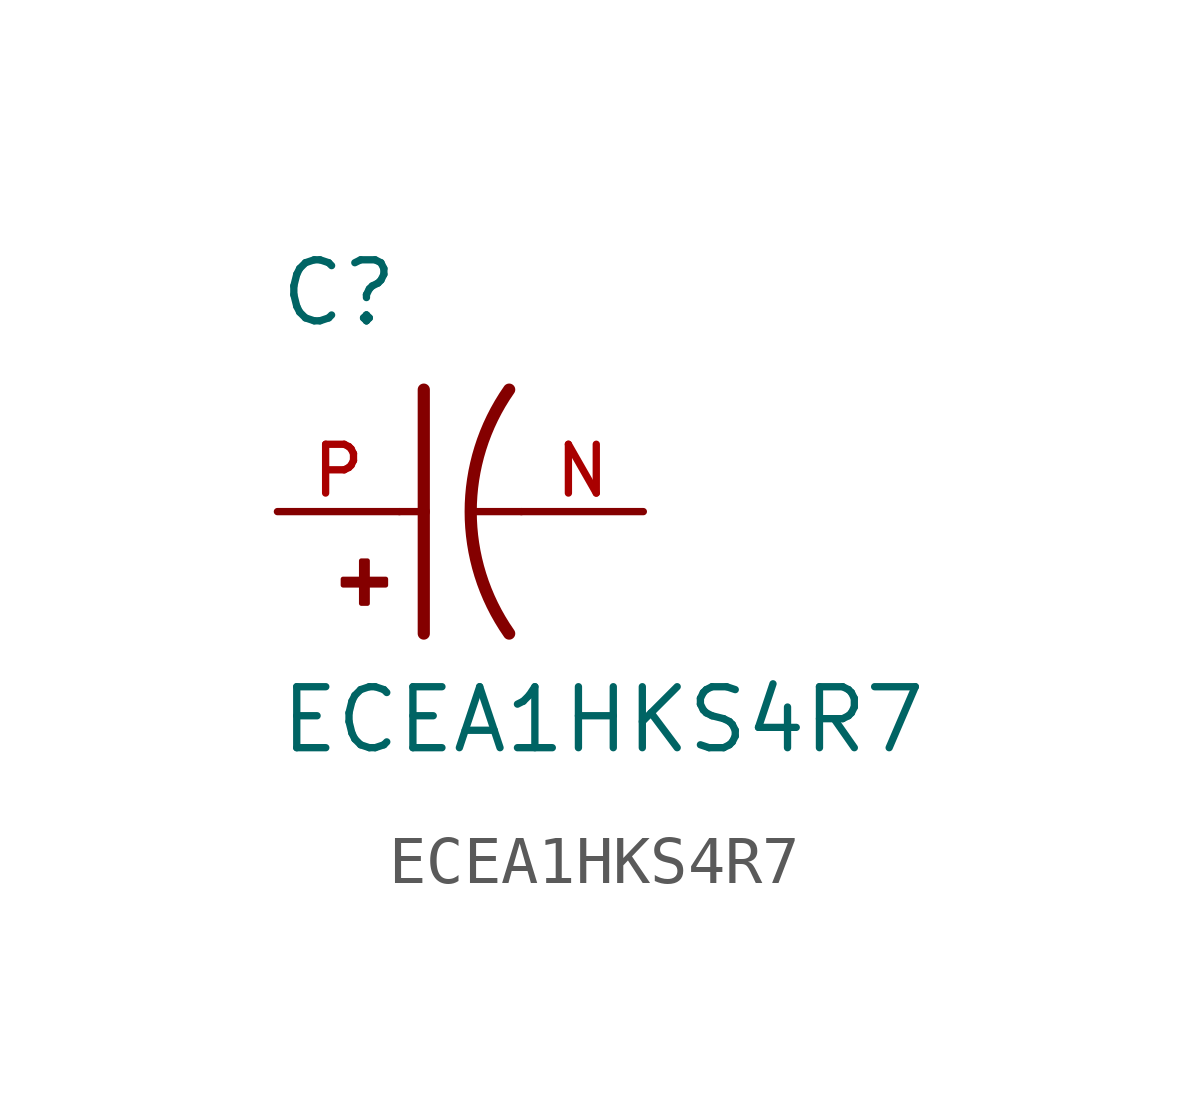
<source format=kicad_sym>
(kicad_symbol_lib
  (version 20211014)
  (generator kicad_symbol_editor)
  (symbol "ECEA1HKS4R7"
    (pin_names
      (offset 1.016))
    (property "Reference" "C"
      (at -2.54 3.81 0)
      (effects (font (size 1.27 1.27)) (justify bottom left)))
    (property "Value" "ECEA1HKS4R7"
      (at -2.54 -5.08 0)
      (effects (font (size 1.27 1.27)) (justify bottom left)))
    (symbol "ECEA1HKS4R7_0_0"
      (arc (start 2.286 -2.54) (mid 1.4851 -0.0) (end 2.286 2.54) (stroke (width 0.254) (type default) (color 0 0 0 0)) (fill (type none)))
      (polyline (pts (xy 0.508 2.54) (xy 0.508 0.0)) (stroke (width 0.254)))
      (rectangle (start -1.173 -1.532) (end -0.284 -1.405) (stroke (width 0.1)) (fill (type outline)))
      (rectangle (start -0.792 -1.913) (end -0.665 -1.024) (stroke (width 0.1)) (fill (type outline)))
      (polyline (pts (xy 0.508 0.0) (xy 0.508 -2.54)) (stroke (width 0.254)))
      (polyline (pts (xy 0.0 0.0) (xy 0.508 0.0)) (stroke (width 0.152)))
      (polyline (pts (xy 2.54 0.0) (xy 1.524 0.0)) (stroke (width 0.152)))
      (pin passive line (at -2.54 0.0 0) (length 2.54) (name "~" (effects (font (size 1.016 1.016)))) (number "P" (effects (font (size 1.016 1.016)))))
      (pin passive line (at 5.08 0.0 180.0) (length 2.54) (name "~" (effects (font (size 1.016 1.016)))) (number "N" (effects (font (size 1.016 1.016))))))))
</source>
